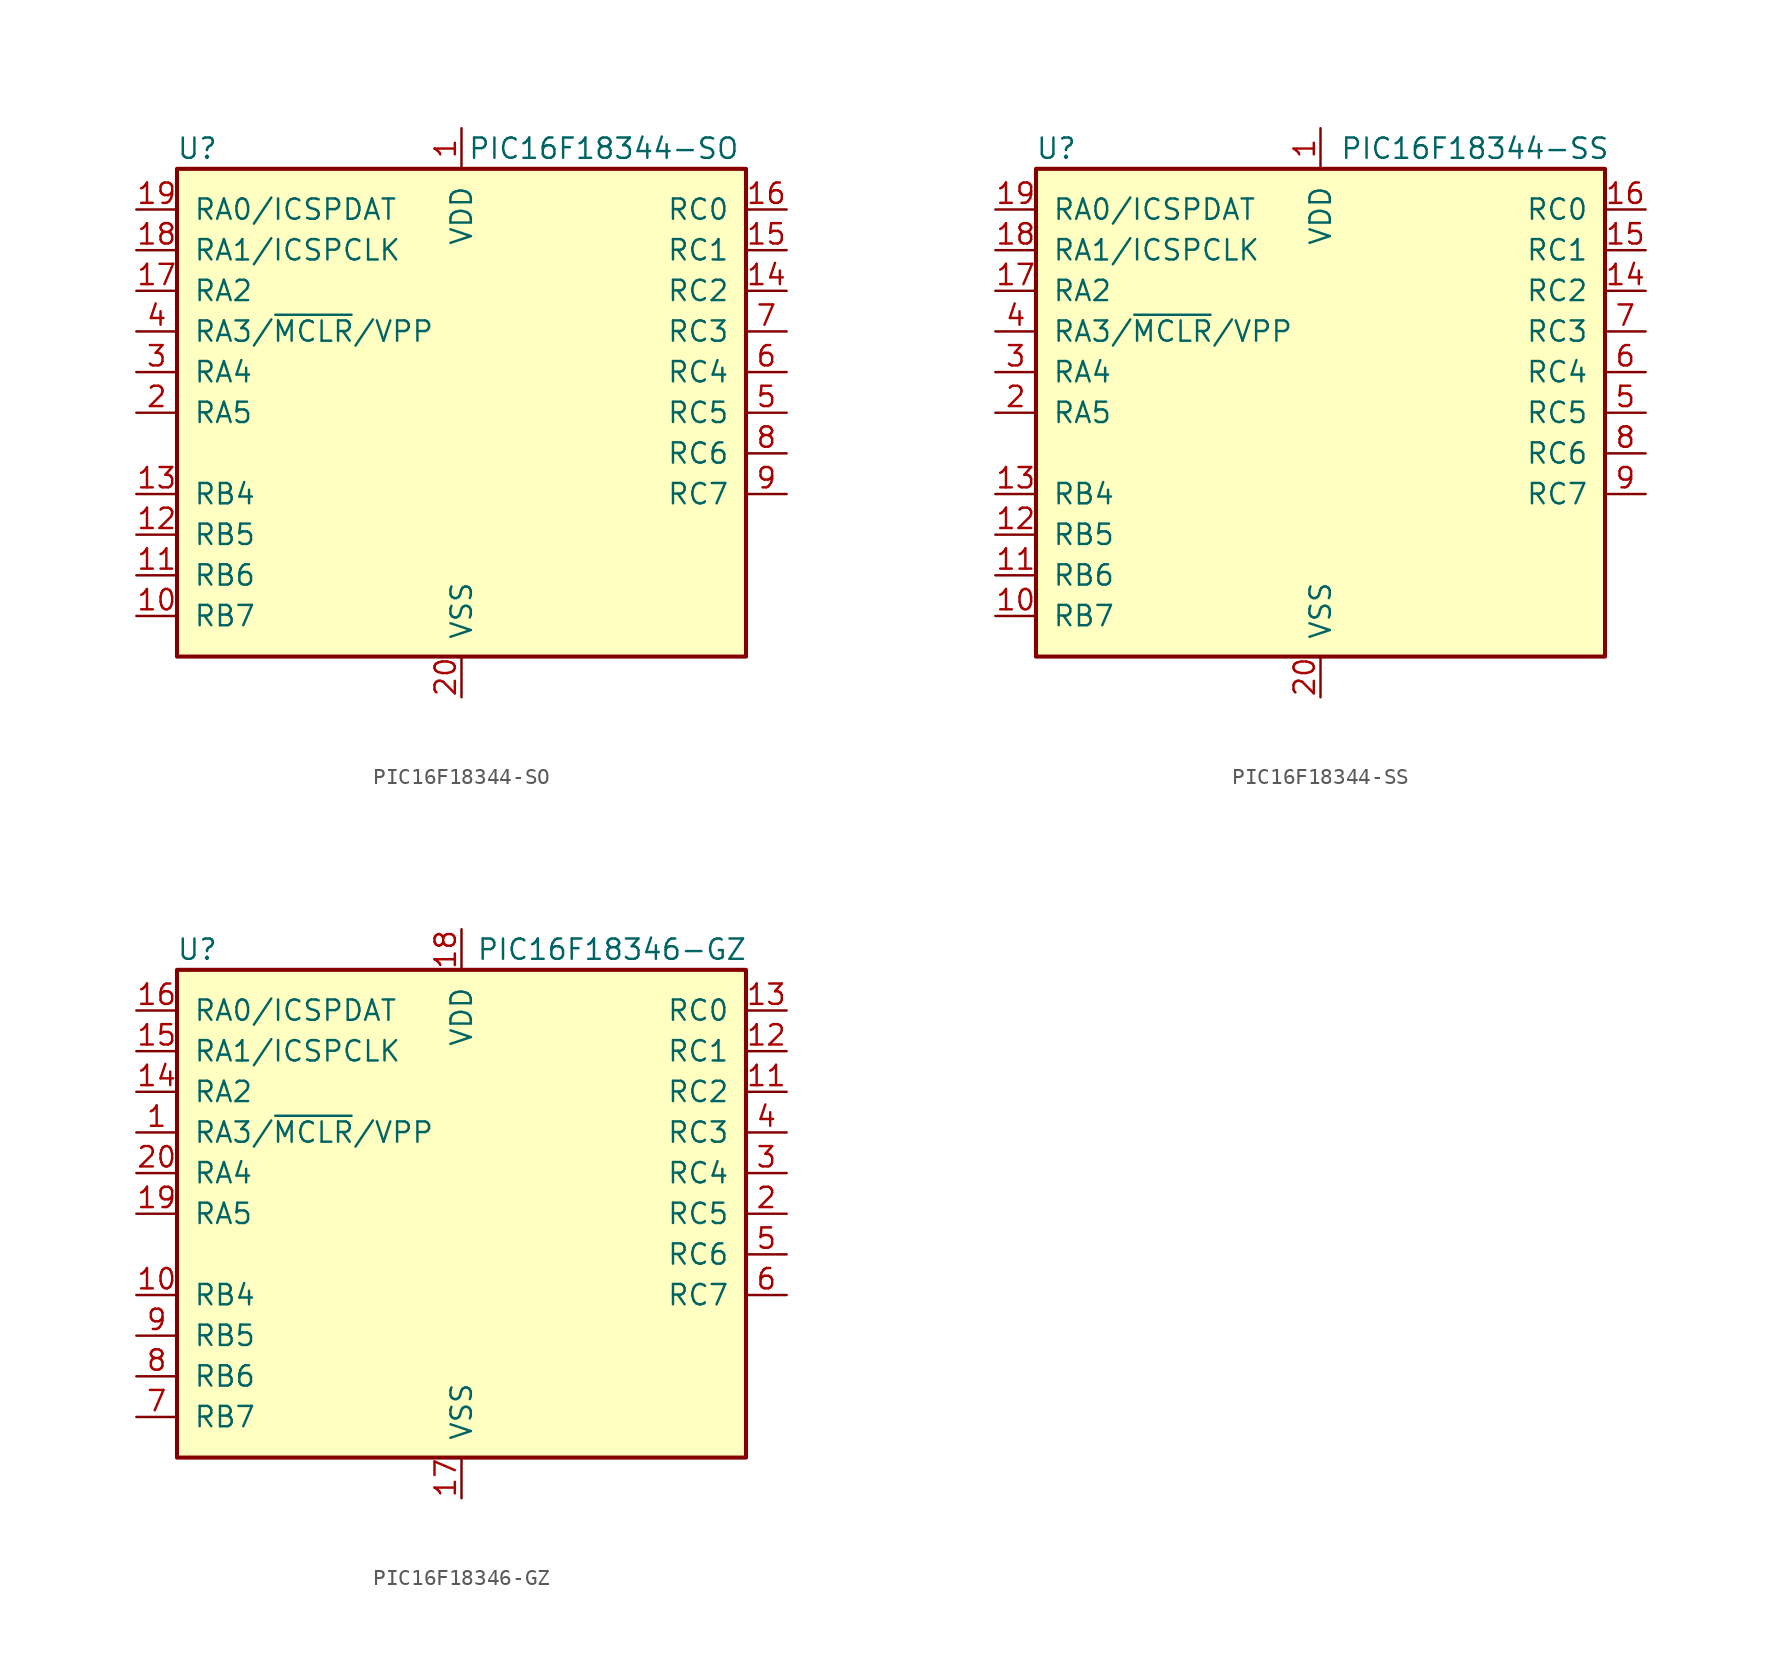
<source format=kicad_sym>
(kicad_symbol_lib
  (version 20241209)
  (generator "kicad_symbol_editor")
  (generator_version "9.0")
  (symbol "PIC16F18344-SO"
    (pin_names
      (offset 1.016))
    (property "Reference" "U"
      (at -16.51 16.51 0)
      (effects (font (size 1.27 1.27))))
    (property "Value" "PIC16F18344-SO"
      (at 8.89 16.51 0)
      (effects (font (size 1.27 1.27))))
    (symbol "PIC16F18344-SO_0_1"
      (rectangle (start -17.78 15.24) (end 17.78 -15.24) (stroke (width 0.254) (type default)) (fill (type background))))
    (symbol "PIC16F18344-SO_1_1"
      (pin bidirectional line (at -20.32 12.7 0) (length 2.54) (name "RA0/ICSPDAT" (effects (font (size 1.27 1.27)))) (number "19" (effects (font (size 1.27 1.27)))))
      (pin bidirectional line (at -20.32 10.16 0) (length 2.54) (name "RA1/ICSPCLK" (effects (font (size 1.27 1.27)))) (number "18" (effects (font (size 1.27 1.27)))))
      (pin bidirectional line (at -20.32 7.62 0) (length 2.54) (name "RA2" (effects (font (size 1.27 1.27)))) (number "17" (effects (font (size 1.27 1.27)))))
      (pin bidirectional line (at -20.32 5.08 0) (length 2.54) (name "RA3/~{MCLR}/VPP" (effects (font (size 1.27 1.27)))) (number "4" (effects (font (size 1.27 1.27)))))
      (pin bidirectional line (at -20.32 2.54 0) (length 2.54) (name "RA4" (effects (font (size 1.27 1.27)))) (number "3" (effects (font (size 1.27 1.27)))))
      (pin bidirectional line (at -20.32 0 0) (length 2.54) (name "RA5" (effects (font (size 1.27 1.27)))) (number "2" (effects (font (size 1.27 1.27)))))
      (pin bidirectional line (at -20.32 -5.08 0) (length 2.54) (name "RB4" (effects (font (size 1.27 1.27)))) (number "13" (effects (font (size 1.27 1.27)))))
      (pin bidirectional line (at -20.32 -7.62 0) (length 2.54) (name "RB5" (effects (font (size 1.27 1.27)))) (number "12" (effects (font (size 1.27 1.27)))))
      (pin bidirectional line (at -20.32 -10.16 0) (length 2.54) (name "RB6" (effects (font (size 1.27 1.27)))) (number "11" (effects (font (size 1.27 1.27)))))
      (pin bidirectional line (at -20.32 -12.7 0) (length 2.54) (name "RB7" (effects (font (size 1.27 1.27)))) (number "10" (effects (font (size 1.27 1.27)))))
      (pin power_in line (at 0 17.78 270) (length 2.54) (name "VDD" (effects (font (size 1.27 1.27)))) (number "1" (effects (font (size 1.27 1.27)))))
      (pin power_in line (at 0 -17.78 90) (length 2.54) (name "VSS" (effects (font (size 1.27 1.27)))) (number "20" (effects (font (size 1.27 1.27)))))
      (pin bidirectional line (at 20.32 12.7 180) (length 2.54) (name "RC0" (effects (font (size 1.27 1.27)))) (number "16" (effects (font (size 1.27 1.27)))))
      (pin bidirectional line (at 20.32 10.16 180) (length 2.54) (name "RC1" (effects (font (size 1.27 1.27)))) (number "15" (effects (font (size 1.27 1.27)))))
      (pin bidirectional line (at 20.32 7.62 180) (length 2.54) (name "RC2" (effects (font (size 1.27 1.27)))) (number "14" (effects (font (size 1.27 1.27)))))
      (pin bidirectional line (at 20.32 5.08 180) (length 2.54) (name "RC3" (effects (font (size 1.27 1.27)))) (number "7" (effects (font (size 1.27 1.27)))))
      (pin bidirectional line (at 20.32 2.54 180) (length 2.54) (name "RC4" (effects (font (size 1.27 1.27)))) (number "6" (effects (font (size 1.27 1.27)))))
      (pin bidirectional line (at 20.32 0 180) (length 2.54) (name "RC5" (effects (font (size 1.27 1.27)))) (number "5" (effects (font (size 1.27 1.27)))))
      (pin bidirectional line (at 20.32 -2.54 180) (length 2.54) (name "RC6" (effects (font (size 1.27 1.27)))) (number "8" (effects (font (size 1.27 1.27)))))
      (pin bidirectional line (at 20.32 -5.08 180) (length 2.54) (name "RC7" (effects (font (size 1.27 1.27)))) (number "9" (effects (font (size 1.27 1.27)))))))
  (symbol "PIC16F18344-SS"
    (pin_names
      (offset 1.016))
    (property "Reference" "U"
      (at -16.51 16.51 0)
      (effects (font (size 1.27 1.27))))
    (property "Value" "PIC16F18344-SS"
      (at 9.652 16.51 0)
      (effects (font (size 1.27 1.27))))
    (symbol "PIC16F18344-SS_0_1"
      (rectangle (start -17.78 15.24) (end 17.78 -15.24) (stroke (width 0.254) (type default)) (fill (type background))))
    (symbol "PIC16F18344-SS_1_1"
      (pin bidirectional line (at -20.32 12.7 0) (length 2.54) (name "RA0/ICSPDAT" (effects (font (size 1.27 1.27)))) (number "19" (effects (font (size 1.27 1.27)))))
      (pin bidirectional line (at -20.32 10.16 0) (length 2.54) (name "RA1/ICSPCLK" (effects (font (size 1.27 1.27)))) (number "18" (effects (font (size 1.27 1.27)))))
      (pin bidirectional line (at -20.32 7.62 0) (length 2.54) (name "RA2" (effects (font (size 1.27 1.27)))) (number "17" (effects (font (size 1.27 1.27)))))
      (pin bidirectional line (at -20.32 5.08 0) (length 2.54) (name "RA3/~{MCLR}/VPP" (effects (font (size 1.27 1.27)))) (number "4" (effects (font (size 1.27 1.27)))))
      (pin bidirectional line (at -20.32 2.54 0) (length 2.54) (name "RA4" (effects (font (size 1.27 1.27)))) (number "3" (effects (font (size 1.27 1.27)))))
      (pin bidirectional line (at -20.32 0 0) (length 2.54) (name "RA5" (effects (font (size 1.27 1.27)))) (number "2" (effects (font (size 1.27 1.27)))))
      (pin bidirectional line (at -20.32 -5.08 0) (length 2.54) (name "RB4" (effects (font (size 1.27 1.27)))) (number "13" (effects (font (size 1.27 1.27)))))
      (pin bidirectional line (at -20.32 -7.62 0) (length 2.54) (name "RB5" (effects (font (size 1.27 1.27)))) (number "12" (effects (font (size 1.27 1.27)))))
      (pin bidirectional line (at -20.32 -10.16 0) (length 2.54) (name "RB6" (effects (font (size 1.27 1.27)))) (number "11" (effects (font (size 1.27 1.27)))))
      (pin bidirectional line (at -20.32 -12.7 0) (length 2.54) (name "RB7" (effects (font (size 1.27 1.27)))) (number "10" (effects (font (size 1.27 1.27)))))
      (pin power_in line (at 0 17.78 270) (length 2.54) (name "VDD" (effects (font (size 1.27 1.27)))) (number "1" (effects (font (size 1.27 1.27)))))
      (pin power_in line (at 0 -17.78 90) (length 2.54) (name "VSS" (effects (font (size 1.27 1.27)))) (number "20" (effects (font (size 1.27 1.27)))))
      (pin bidirectional line (at 20.32 12.7 180) (length 2.54) (name "RC0" (effects (font (size 1.27 1.27)))) (number "16" (effects (font (size 1.27 1.27)))))
      (pin bidirectional line (at 20.32 10.16 180) (length 2.54) (name "RC1" (effects (font (size 1.27 1.27)))) (number "15" (effects (font (size 1.27 1.27)))))
      (pin bidirectional line (at 20.32 7.62 180) (length 2.54) (name "RC2" (effects (font (size 1.27 1.27)))) (number "14" (effects (font (size 1.27 1.27)))))
      (pin bidirectional line (at 20.32 5.08 180) (length 2.54) (name "RC3" (effects (font (size 1.27 1.27)))) (number "7" (effects (font (size 1.27 1.27)))))
      (pin bidirectional line (at 20.32 2.54 180) (length 2.54) (name "RC4" (effects (font (size 1.27 1.27)))) (number "6" (effects (font (size 1.27 1.27)))))
      (pin bidirectional line (at 20.32 0 180) (length 2.54) (name "RC5" (effects (font (size 1.27 1.27)))) (number "5" (effects (font (size 1.27 1.27)))))
      (pin bidirectional line (at 20.32 -2.54 180) (length 2.54) (name "RC6" (effects (font (size 1.27 1.27)))) (number "8" (effects (font (size 1.27 1.27)))))
      (pin bidirectional line (at 20.32 -5.08 180) (length 2.54) (name "RC7" (effects (font (size 1.27 1.27)))) (number "9" (effects (font (size 1.27 1.27)))))))
  (symbol "PIC16F18346-GZ"
    (pin_names
      (offset 1.016))
    (property "Reference" "U"
      (at -16.51 16.51 0)
      (effects (font (size 1.27 1.27))))
    (property "Value" "PIC16F18346-GZ"
      (at 9.398 16.51 0)
      (effects (font (size 1.27 1.27))))
    (symbol "PIC16F18346-GZ_0_1"
      (rectangle (start -17.78 15.24) (end 17.78 -15.24) (stroke (width 0.254) (type default)) (fill (type background))))
    (symbol "PIC16F18346-GZ_1_1"
      (pin bidirectional line (at -20.32 12.7 0) (length 2.54) (name "RA0/ICSPDAT" (effects (font (size 1.27 1.27)))) (number "16" (effects (font (size 1.27 1.27)))))
      (pin bidirectional line (at -20.32 10.16 0) (length 2.54) (name "RA1/ICSPCLK" (effects (font (size 1.27 1.27)))) (number "15" (effects (font (size 1.27 1.27)))))
      (pin bidirectional line (at -20.32 7.62 0) (length 2.54) (name "RA2" (effects (font (size 1.27 1.27)))) (number "14" (effects (font (size 1.27 1.27)))))
      (pin bidirectional line (at -20.32 5.08 0) (length 2.54) (name "RA3/~{MCLR}/VPP" (effects (font (size 1.27 1.27)))) (number "1" (effects (font (size 1.27 1.27)))))
      (pin bidirectional line (at -20.32 2.54 0) (length 2.54) (name "RA4" (effects (font (size 1.27 1.27)))) (number "20" (effects (font (size 1.27 1.27)))))
      (pin bidirectional line (at -20.32 0 0) (length 2.54) (name "RA5" (effects (font (size 1.27 1.27)))) (number "19" (effects (font (size 1.27 1.27)))))
      (pin bidirectional line (at -20.32 -5.08 0) (length 2.54) (name "RB4" (effects (font (size 1.27 1.27)))) (number "10" (effects (font (size 1.27 1.27)))))
      (pin bidirectional line (at -20.32 -7.62 0) (length 2.54) (name "RB5" (effects (font (size 1.27 1.27)))) (number "9" (effects (font (size 1.27 1.27)))))
      (pin bidirectional line (at -20.32 -10.16 0) (length 2.54) (name "RB6" (effects (font (size 1.27 1.27)))) (number "8" (effects (font (size 1.27 1.27)))))
      (pin bidirectional line (at -20.32 -12.7 0) (length 2.54) (name "RB7" (effects (font (size 1.27 1.27)))) (number "7" (effects (font (size 1.27 1.27)))))
      (pin power_in line (at 0 17.78 270) (length 2.54) (name "VDD" (effects (font (size 1.27 1.27)))) (number "18" (effects (font (size 1.27 1.27)))))
      (pin power_in line (at 0 -17.78 90) (length 2.54) (name "VSS" (effects (font (size 1.27 1.27)))) (number "17" (effects (font (size 1.27 1.27)))))
      (pin bidirectional line (at 20.32 12.7 180) (length 2.54) (name "RC0" (effects (font (size 1.27 1.27)))) (number "13" (effects (font (size 1.27 1.27)))))
      (pin bidirectional line (at 20.32 10.16 180) (length 2.54) (name "RC1" (effects (font (size 1.27 1.27)))) (number "12" (effects (font (size 1.27 1.27)))))
      (pin bidirectional line (at 20.32 7.62 180) (length 2.54) (name "RC2" (effects (font (size 1.27 1.27)))) (number "11" (effects (font (size 1.27 1.27)))))
      (pin bidirectional line (at 20.32 5.08 180) (length 2.54) (name "RC3" (effects (font (size 1.27 1.27)))) (number "4" (effects (font (size 1.27 1.27)))))
      (pin bidirectional line (at 20.32 2.54 180) (length 2.54) (name "RC4" (effects (font (size 1.27 1.27)))) (number "3" (effects (font (size 1.27 1.27)))))
      (pin bidirectional line (at 20.32 0 180) (length 2.54) (name "RC5" (effects (font (size 1.27 1.27)))) (number "2" (effects (font (size 1.27 1.27)))))
      (pin bidirectional line (at 20.32 -2.54 180) (length 2.54) (name "RC6" (effects (font (size 1.27 1.27)))) (number "5" (effects (font (size 1.27 1.27)))))
      (pin bidirectional line (at 20.32 -5.08 180) (length 2.54) (name "RC7" (effects (font (size 1.27 1.27)))) (number "6" (effects (font (size 1.27 1.27))))))))
</source>
